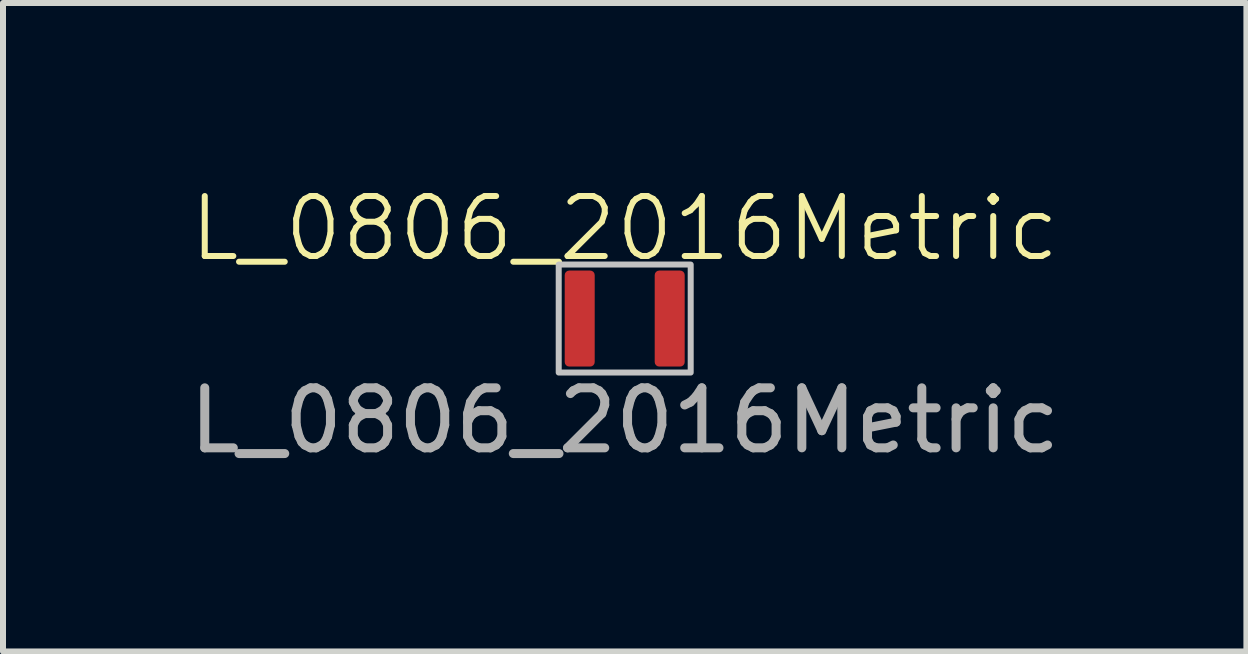
<source format=kicad_pcb>
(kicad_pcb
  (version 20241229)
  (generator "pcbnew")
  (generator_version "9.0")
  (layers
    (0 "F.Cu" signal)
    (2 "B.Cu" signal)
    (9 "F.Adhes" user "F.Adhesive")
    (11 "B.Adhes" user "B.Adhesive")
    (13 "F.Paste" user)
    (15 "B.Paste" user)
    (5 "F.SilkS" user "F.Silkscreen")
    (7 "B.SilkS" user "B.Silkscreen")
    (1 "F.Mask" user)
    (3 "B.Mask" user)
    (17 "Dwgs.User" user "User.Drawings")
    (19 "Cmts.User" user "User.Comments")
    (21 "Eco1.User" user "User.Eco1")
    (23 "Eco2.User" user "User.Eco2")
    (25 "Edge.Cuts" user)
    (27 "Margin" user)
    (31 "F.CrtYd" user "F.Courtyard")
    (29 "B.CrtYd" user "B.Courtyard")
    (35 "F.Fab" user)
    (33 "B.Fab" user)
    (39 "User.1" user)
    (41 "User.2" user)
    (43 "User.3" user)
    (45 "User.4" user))
  (footprint "L_0806_2016Metric"
    (layer "F.Cu")
    (at 7.363 2.26)
    (property "Reference" "L_0806_2016Metric" (at 0 -1.5 0) (unlocked yes) (layer "F.SilkS") (effects (font (size 1 1) (thickness 0.1))))
    (attr smd)
    (fp_rect (start -1.1 -0.9) (end 1.1 0.9) (stroke (width 0.1) (type solid)) (fill no) (layer "Dwgs.User"))
    (fp_text user "${REFERENCE}" (at 0 1.7 0) (unlocked yes) (layer "F.Fab") (effects (font (size 1 1) (thickness 0.15))))
    (pad "1" smd roundrect (at -0.75 0) (size 0.5 1.6) (layers "F.Cu" "F.Mask" "F.Paste") (roundrect_rratio 0.15))
    (pad "2" smd roundrect (at 0.75 0) (size 0.5 1.6) (layers "F.Cu" "F.Mask" "F.Paste") (roundrect_rratio 0.15)))
  (gr_rect
    (start -3 -3)
    (end 17.726 7.809)
    (stroke (width 0.1) (type default))
    (fill no)
    (layer "Edge.Cuts")))
</source>
